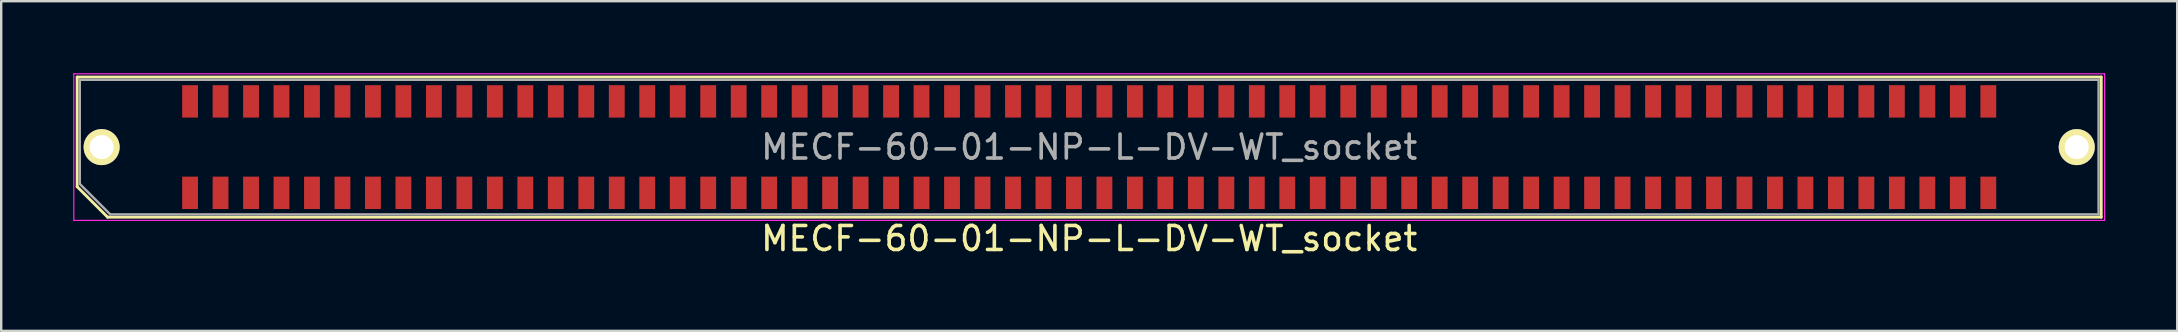
<source format=kicad_pcb>
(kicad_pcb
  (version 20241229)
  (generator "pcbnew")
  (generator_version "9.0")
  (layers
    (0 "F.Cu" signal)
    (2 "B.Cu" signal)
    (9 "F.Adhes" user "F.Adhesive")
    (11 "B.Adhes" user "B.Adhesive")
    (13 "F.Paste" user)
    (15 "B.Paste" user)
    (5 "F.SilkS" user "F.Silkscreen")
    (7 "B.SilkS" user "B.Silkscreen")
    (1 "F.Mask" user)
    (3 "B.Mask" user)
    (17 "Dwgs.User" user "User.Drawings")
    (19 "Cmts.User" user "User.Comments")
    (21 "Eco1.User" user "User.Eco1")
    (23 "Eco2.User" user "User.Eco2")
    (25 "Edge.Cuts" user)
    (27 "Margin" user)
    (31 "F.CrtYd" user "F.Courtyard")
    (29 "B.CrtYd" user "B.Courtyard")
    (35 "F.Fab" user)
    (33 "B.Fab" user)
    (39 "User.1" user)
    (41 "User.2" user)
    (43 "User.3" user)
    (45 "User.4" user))
  (footprint "MECF-60-01-NP-L-DV-WT_socket"
    (layer "F.Cu")
    (at 42.335 3.08)
    (property "Reference" "MECF-60-01-NP-L-DV-WT_socket" (at 0 3.81 0) (layer "F.SilkS") (effects (font (size 1 1) (thickness 0.15))))
    (attr smd)
    (fp_line (start -42.17 -2.92) (end 42.17 -2.92) (stroke (width 0.12) (type solid)) (layer "F.SilkS"))
    (fp_line (start -42.17 1.65) (end -42.17 -2.92) (stroke (width 0.12) (type solid)) (layer "F.SilkS"))
    (fp_line (start -40.9 2.92) (end -42.17 1.65) (stroke (width 0.12) (type solid)) (layer "F.SilkS"))
    (fp_line (start -40.9 2.92) (end 42.17 2.92) (stroke (width 0.12) (type solid)) (layer "F.SilkS"))
    (fp_line (start 42.17 2.92) (end 42.17 -2.92) (stroke (width 0.12) (type solid)) (layer "F.SilkS"))
    (fp_line (start -42.31 -3.055) (end -42.31 3.055) (stroke (width 0.05) (type solid)) (layer "F.CrtYd"))
    (fp_line (start -42.31 3.055) (end 42.31 3.055) (stroke (width 0.05) (type solid)) (layer "F.CrtYd"))
    (fp_line (start 42.31 -3.055) (end -42.31 -3.055) (stroke (width 0.05) (type solid)) (layer "F.CrtYd"))
    (fp_line (start 42.31 3.055) (end 42.31 -3.055) (stroke (width 0.05) (type solid)) (layer "F.CrtYd"))
    (fp_line (start -42.06 -2.805) (end 42.06 -2.805) (stroke (width 0.1) (type solid)) (layer "F.Fab"))
    (fp_line (start -42.06 1.535) (end -42.06 -2.805) (stroke (width 0.1) (type solid)) (layer "F.Fab"))
    (fp_line (start -42.06 1.535) (end -40.79 2.805) (stroke (width 0.1) (type solid)) (layer "F.Fab"))
    (fp_line (start -40.79 2.805) (end 42.06 2.805) (stroke (width 0.1) (type solid)) (layer "F.Fab"))
    (fp_line (start 42.06 2.805) (end 42.06 -2.805) (stroke (width 0.1) (type solid)) (layer "F.Fab"))
    (fp_text user "${REFERENCE}" (at 0 0 0) (layer "F.Fab") (effects (font (size 1 1) (thickness 0.15))))
    (pad "" np_thru_hole circle (at -39.245 0) (size 0.001 0.001) (drill 1.45) (layers "*.Cu" "*.Mask" "F.SilkS"))
    (pad "" np_thru_hole circle (at 39.245 1) (size 0.001 0.001) (drill 1.45) (layers "*.Cu" "*.Mask" "F.SilkS"))
    (pad "1" smd rect (at -37.465 1.905) (size 0.66 1.35) (layers "F.Cu" "F.Mask" "F.Paste"))
    (pad "2" smd rect (at -37.465 -1.905) (size 0.66 1.35) (layers "F.Cu" "F.Mask" "F.Paste"))
    (pad "3" smd rect (at -36.195 1.905) (size 0.66 1.35) (layers "F.Cu" "F.Mask" "F.Paste"))
    (pad "4" smd rect (at -36.195 -1.905) (size 0.66 1.35) (layers "F.Cu" "F.Mask" "F.Paste"))
    (pad "5" smd rect (at -34.925 1.905) (size 0.66 1.35) (layers "F.Cu" "F.Mask" "F.Paste"))
    (pad "6" smd rect (at -34.925 -1.905) (size 0.66 1.35) (layers "F.Cu" "F.Mask" "F.Paste"))
    (pad "7" smd rect (at -33.655 1.905) (size 0.66 1.35) (layers "F.Cu" "F.Mask" "F.Paste"))
    (pad "8" smd rect (at -33.655 -1.905) (size 0.66 1.35) (layers "F.Cu" "F.Mask" "F.Paste"))
    (pad "9" smd rect (at -32.385 1.905) (size 0.66 1.35) (layers "F.Cu" "F.Mask" "F.Paste"))
    (pad "10" smd rect (at -32.385 -1.905) (size 0.66 1.35) (layers "F.Cu" "F.Mask" "F.Paste"))
    (pad "11" smd rect (at -31.115 1.905) (size 0.66 1.35) (layers "F.Cu" "F.Mask" "F.Paste"))
    (pad "12" smd rect (at -31.115 -1.905) (size 0.66 1.35) (layers "F.Cu" "F.Mask" "F.Paste"))
    (pad "13" smd rect (at -29.845 1.905) (size 0.66 1.35) (layers "F.Cu" "F.Mask" "F.Paste"))
    (pad "14" smd rect (at -29.845 -1.905) (size 0.66 1.35) (layers "F.Cu" "F.Mask" "F.Paste"))
    (pad "15" smd rect (at -28.575 1.905) (size 0.66 1.35) (layers "F.Cu" "F.Mask" "F.Paste"))
    (pad "16" smd rect (at -28.575 -1.905) (size 0.66 1.35) (layers "F.Cu" "F.Mask" "F.Paste"))
    (pad "17" smd rect (at -27.305 1.905) (size 0.66 1.35) (layers "F.Cu" "F.Mask" "F.Paste"))
    (pad "18" smd rect (at -27.305 -1.905) (size 0.66 1.35) (layers "F.Cu" "F.Mask" "F.Paste"))
    (pad "19" smd rect (at -26.035 1.905) (size 0.66 1.35) (layers "F.Cu" "F.Mask" "F.Paste"))
    (pad "20" smd rect (at -26.035 -1.905) (size 0.66 1.35) (layers "F.Cu" "F.Mask" "F.Paste"))
    (pad "21" smd rect (at -24.765 1.905) (size 0.66 1.35) (layers "F.Cu" "F.Mask" "F.Paste"))
    (pad "22" smd rect (at -24.765 -1.905) (size 0.66 1.35) (layers "F.Cu" "F.Mask" "F.Paste"))
    (pad "23" smd rect (at -23.495 1.905) (size 0.66 1.35) (layers "F.Cu" "F.Mask" "F.Paste"))
    (pad "24" smd rect (at -23.495 -1.905) (size 0.66 1.35) (layers "F.Cu" "F.Mask" "F.Paste"))
    (pad "25" smd rect (at -22.225 1.905) (size 0.66 1.35) (layers "F.Cu" "F.Mask" "F.Paste"))
    (pad "26" smd rect (at -22.225 -1.905) (size 0.66 1.35) (layers "F.Cu" "F.Mask" "F.Paste"))
    (pad "27" smd rect (at -20.955 1.905) (size 0.66 1.35) (layers "F.Cu" "F.Mask" "F.Paste"))
    (pad "28" smd rect (at -20.955 -1.905) (size 0.66 1.35) (layers "F.Cu" "F.Mask" "F.Paste"))
    (pad "29" smd rect (at -19.685 1.905) (size 0.66 1.35) (layers "F.Cu" "F.Mask" "F.Paste"))
    (pad "30" smd rect (at -19.685 -1.905) (size 0.66 1.35) (layers "F.Cu" "F.Mask" "F.Paste"))
    (pad "31" smd rect (at -18.415 1.905) (size 0.66 1.35) (layers "F.Cu" "F.Mask" "F.Paste"))
    (pad "32" smd rect (at -18.415 -1.905) (size 0.66 1.35) (layers "F.Cu" "F.Mask" "F.Paste"))
    (pad "33" smd rect (at -17.145 1.905) (size 0.66 1.35) (layers "F.Cu" "F.Mask" "F.Paste"))
    (pad "34" smd rect (at -17.145 -1.905) (size 0.66 1.35) (layers "F.Cu" "F.Mask" "F.Paste"))
    (pad "35" smd rect (at -15.875 1.905) (size 0.66 1.35) (layers "F.Cu" "F.Mask" "F.Paste"))
    (pad "36" smd rect (at -15.875 -1.905) (size 0.66 1.35) (layers "F.Cu" "F.Mask" "F.Paste"))
    (pad "37" smd rect (at -14.605 1.905) (size 0.66 1.35) (layers "F.Cu" "F.Mask" "F.Paste"))
    (pad "38" smd rect (at -14.605 -1.905) (size 0.66 1.35) (layers "F.Cu" "F.Mask" "F.Paste"))
    (pad "39" smd rect (at -13.335 1.905) (size 0.66 1.35) (layers "F.Cu" "F.Mask" "F.Paste"))
    (pad "40" smd rect (at -13.335 -1.905) (size 0.66 1.35) (layers "F.Cu" "F.Mask" "F.Paste"))
    (pad "41" smd rect (at -12.065 1.905) (size 0.66 1.35) (layers "F.Cu" "F.Mask" "F.Paste"))
    (pad "42" smd rect (at -12.065 -1.905) (size 0.66 1.35) (layers "F.Cu" "F.Mask" "F.Paste"))
    (pad "43" smd rect (at -10.795 1.905) (size 0.66 1.35) (layers "F.Cu" "F.Mask" "F.Paste"))
    (pad "44" smd rect (at -10.795 -1.905) (size 0.66 1.35) (layers "F.Cu" "F.Mask" "F.Paste"))
    (pad "45" smd rect (at -9.525 1.905) (size 0.66 1.35) (layers "F.Cu" "F.Mask" "F.Paste"))
    (pad "46" smd rect (at -9.525 -1.905) (size 0.66 1.35) (layers "F.Cu" "F.Mask" "F.Paste"))
    (pad "47" smd rect (at -8.255 1.905) (size 0.66 1.35) (layers "F.Cu" "F.Mask" "F.Paste"))
    (pad "48" smd rect (at -8.255 -1.905) (size 0.66 1.35) (layers "F.Cu" "F.Mask" "F.Paste"))
    (pad "49" smd rect (at -6.985 1.905) (size 0.66 1.35) (layers "F.Cu" "F.Mask" "F.Paste"))
    (pad "50" smd rect (at -6.985 -1.905) (size 0.66 1.35) (layers "F.Cu" "F.Mask" "F.Paste"))
    (pad "51" smd rect (at -5.715 1.905) (size 0.66 1.35) (layers "F.Cu" "F.Mask" "F.Paste"))
    (pad "52" smd rect (at -5.715 -1.905) (size 0.66 1.35) (layers "F.Cu" "F.Mask" "F.Paste"))
    (pad "53" smd rect (at -4.445 1.905) (size 0.66 1.35) (layers "F.Cu" "F.Mask" "F.Paste"))
    (pad "54" smd rect (at -4.445 -1.905) (size 0.66 1.35) (layers "F.Cu" "F.Mask" "F.Paste"))
    (pad "55" smd rect (at -3.175 1.905) (size 0.66 1.35) (layers "F.Cu" "F.Mask" "F.Paste"))
    (pad "56" smd rect (at -3.175 -1.905) (size 0.66 1.35) (layers "F.Cu" "F.Mask" "F.Paste"))
    (pad "57" smd rect (at -1.905 1.905) (size 0.66 1.35) (layers "F.Cu" "F.Mask" "F.Paste"))
    (pad "58" smd rect (at -1.905 -1.905) (size 0.66 1.35) (layers "F.Cu" "F.Mask" "F.Paste"))
    (pad "59" smd rect (at -0.635 1.905) (size 0.66 1.35) (layers "F.Cu" "F.Mask" "F.Paste"))
    (pad "60" smd rect (at -0.635 -1.905) (size 0.66 1.35) (layers "F.Cu" "F.Mask" "F.Paste"))
    (pad "61" smd rect (at 0.635 1.905) (size 0.66 1.35) (layers "F.Cu" "F.Mask" "F.Paste"))
    (pad "62" smd rect (at 0.635 -1.905) (size 0.66 1.35) (layers "F.Cu" "F.Mask" "F.Paste"))
    (pad "63" smd rect (at 1.905 1.905) (size 0.66 1.35) (layers "F.Cu" "F.Mask" "F.Paste"))
    (pad "64" smd rect (at 1.905 -1.905) (size 0.66 1.35) (layers "F.Cu" "F.Mask" "F.Paste"))
    (pad "65" smd rect (at 3.175 1.905) (size 0.66 1.35) (layers "F.Cu" "F.Mask" "F.Paste"))
    (pad "66" smd rect (at 3.175 -1.905) (size 0.66 1.35) (layers "F.Cu" "F.Mask" "F.Paste"))
    (pad "67" smd rect (at 4.445 1.905) (size 0.66 1.35) (layers "F.Cu" "F.Mask" "F.Paste"))
    (pad "68" smd rect (at 4.445 -1.905) (size 0.66 1.35) (layers "F.Cu" "F.Mask" "F.Paste"))
    (pad "69" smd rect (at 5.715 1.905) (size 0.66 1.35) (layers "F.Cu" "F.Mask" "F.Paste"))
    (pad "70" smd rect (at 5.715 -1.905) (size 0.66 1.35) (layers "F.Cu" "F.Mask" "F.Paste"))
    (pad "71" smd rect (at 6.985 1.905) (size 0.66 1.35) (layers "F.Cu" "F.Mask" "F.Paste"))
    (pad "72" smd rect (at 6.985 -1.905) (size 0.66 1.35) (layers "F.Cu" "F.Mask" "F.Paste"))
    (pad "73" smd rect (at 8.255 1.905) (size 0.66 1.35) (layers "F.Cu" "F.Mask" "F.Paste"))
    (pad "74" smd rect (at 8.255 -1.905) (size 0.66 1.35) (layers "F.Cu" "F.Mask" "F.Paste"))
    (pad "75" smd rect (at 9.525 1.905) (size 0.66 1.35) (layers "F.Cu" "F.Mask" "F.Paste"))
    (pad "76" smd rect (at 9.525 -1.905) (size 0.66 1.35) (layers "F.Cu" "F.Mask" "F.Paste"))
    (pad "77" smd rect (at 10.795 1.905) (size 0.66 1.35) (layers "F.Cu" "F.Mask" "F.Paste"))
    (pad "78" smd rect (at 10.795 -1.905) (size 0.66 1.35) (layers "F.Cu" "F.Mask" "F.Paste"))
    (pad "79" smd rect (at 12.065 1.905) (size 0.66 1.35) (layers "F.Cu" "F.Mask" "F.Paste"))
    (pad "80" smd rect (at 12.065 -1.905) (size 0.66 1.35) (layers "F.Cu" "F.Mask" "F.Paste"))
    (pad "81" smd rect (at 13.335 1.905) (size 0.66 1.35) (layers "F.Cu" "F.Mask" "F.Paste"))
    (pad "82" smd rect (at 13.335 -1.905) (size 0.66 1.35) (layers "F.Cu" "F.Mask" "F.Paste"))
    (pad "83" smd rect (at 14.605 1.905) (size 0.66 1.35) (layers "F.Cu" "F.Mask" "F.Paste"))
    (pad "84" smd rect (at 14.605 -1.905) (size 0.66 1.35) (layers "F.Cu" "F.Mask" "F.Paste"))
    (pad "85" smd rect (at 15.875 1.905) (size 0.66 1.35) (layers "F.Cu" "F.Mask" "F.Paste"))
    (pad "86" smd rect (at 15.875 -1.905) (size 0.66 1.35) (layers "F.Cu" "F.Mask" "F.Paste"))
    (pad "87" smd rect (at 17.145 1.905) (size 0.66 1.35) (layers "F.Cu" "F.Mask" "F.Paste"))
    (pad "88" smd rect (at 17.145 -1.905) (size 0.66 1.35) (layers "F.Cu" "F.Mask" "F.Paste"))
    (pad "89" smd rect (at 18.415 1.905) (size 0.66 1.35) (layers "F.Cu" "F.Mask" "F.Paste"))
    (pad "90" smd rect (at 18.415 -1.905) (size 0.66 1.35) (layers "F.Cu" "F.Mask" "F.Paste"))
    (pad "91" smd rect (at 19.685 1.905) (size 0.66 1.35) (layers "F.Cu" "F.Mask" "F.Paste"))
    (pad "92" smd rect (at 19.685 -1.905) (size 0.66 1.35) (layers "F.Cu" "F.Mask" "F.Paste"))
    (pad "93" smd rect (at 20.955 1.905) (size 0.66 1.35) (layers "F.Cu" "F.Mask" "F.Paste"))
    (pad "94" smd rect (at 20.955 -1.905) (size 0.66 1.35) (layers "F.Cu" "F.Mask" "F.Paste"))
    (pad "95" smd rect (at 22.225 1.905) (size 0.66 1.35) (layers "F.Cu" "F.Mask" "F.Paste"))
    (pad "96" smd rect (at 22.225 -1.905) (size 0.66 1.35) (layers "F.Cu" "F.Mask" "F.Paste"))
    (pad "97" smd rect (at 23.495 1.905) (size 0.66 1.35) (layers "F.Cu" "F.Mask" "F.Paste"))
    (pad "98" smd rect (at 23.495 -1.905) (size 0.66 1.35) (layers "F.Cu" "F.Mask" "F.Paste"))
    (pad "99" smd rect (at 24.765 1.905) (size 0.66 1.35) (layers "F.Cu" "F.Mask" "F.Paste"))
    (pad "100" smd rect (at 24.765 -1.905) (size 0.66 1.35) (layers "F.Cu" "F.Mask" "F.Paste"))
    (pad "101" smd rect (at 26.035 1.905) (size 0.66 1.35) (layers "F.Cu" "F.Mask" "F.Paste"))
    (pad "102" smd rect (at 26.035 -1.905) (size 0.66 1.35) (layers "F.Cu" "F.Mask" "F.Paste"))
    (pad "103" smd rect (at 27.305 1.905) (size 0.66 1.35) (layers "F.Cu" "F.Mask" "F.Paste"))
    (pad "104" smd rect (at 27.305 -1.905) (size 0.66 1.35) (layers "F.Cu" "F.Mask" "F.Paste"))
    (pad "105" smd rect (at 28.575 1.905) (size 0.66 1.35) (layers "F.Cu" "F.Mask" "F.Paste"))
    (pad "106" smd rect (at 28.575 -1.905) (size 0.66 1.35) (layers "F.Cu" "F.Mask" "F.Paste"))
    (pad "107" smd rect (at 29.845 1.905) (size 0.66 1.35) (layers "F.Cu" "F.Mask" "F.Paste"))
    (pad "108" smd rect (at 29.845 -1.905) (size 0.66 1.35) (layers "F.Cu" "F.Mask" "F.Paste"))
    (pad "109" smd rect (at 31.115 1.905) (size 0.66 1.35) (layers "F.Cu" "F.Mask" "F.Paste"))
    (pad "110" smd rect (at 31.115 -1.905) (size 0.66 1.35) (layers "F.Cu" "F.Mask" "F.Paste"))
    (pad "111" smd rect (at 32.385 1.905) (size 0.66 1.35) (layers "F.Cu" "F.Mask" "F.Paste"))
    (pad "112" smd rect (at 32.385 -1.905) (size 0.66 1.35) (layers "F.Cu" "F.Mask" "F.Paste"))
    (pad "113" smd rect (at 33.655 1.905) (size 0.66 1.35) (layers "F.Cu" "F.Mask" "F.Paste"))
    (pad "114" smd rect (at 33.655 -1.905) (size 0.66 1.35) (layers "F.Cu" "F.Mask" "F.Paste"))
    (pad "115" smd rect (at 34.925 1.905) (size 0.66 1.35) (layers "F.Cu" "F.Mask" "F.Paste"))
    (pad "116" smd rect (at 34.925 -1.905) (size 0.66 1.35) (layers "F.Cu" "F.Mask" "F.Paste"))
    (pad "117" smd rect (at 36.195 1.905) (size 0.66 1.35) (layers "F.Cu" "F.Mask" "F.Paste"))
    (pad "118" smd rect (at 36.195 -1.905) (size 0.66 1.35) (layers "F.Cu" "F.Mask" "F.Paste"))
    (pad "119" smd rect (at 37.465 1.905) (size 0.66 1.35) (layers "F.Cu" "F.Mask" "F.Paste"))
    (pad "120" smd rect (at 37.465 -1.905) (size 0.66 1.35) (layers "F.Cu" "F.Mask" "F.Paste"))
    (pad "None" thru_hole circle (at -41.15 0) (size 1.5 1.5) (drill 1) (layers "*.Cu" "*.Mask" "F.SilkS"))
    (pad "None" thru_hole circle (at 41.15 0) (size 1.5 1.5) (drill 1) (layers "*.Cu" "*.Mask" "F.SilkS")))
  (gr_rect
    (start -3 -3)
    (end 87.67 10.738)
    (stroke (width 0.1) (type default))
    (fill no)
    (layer "Edge.Cuts")))
</source>
